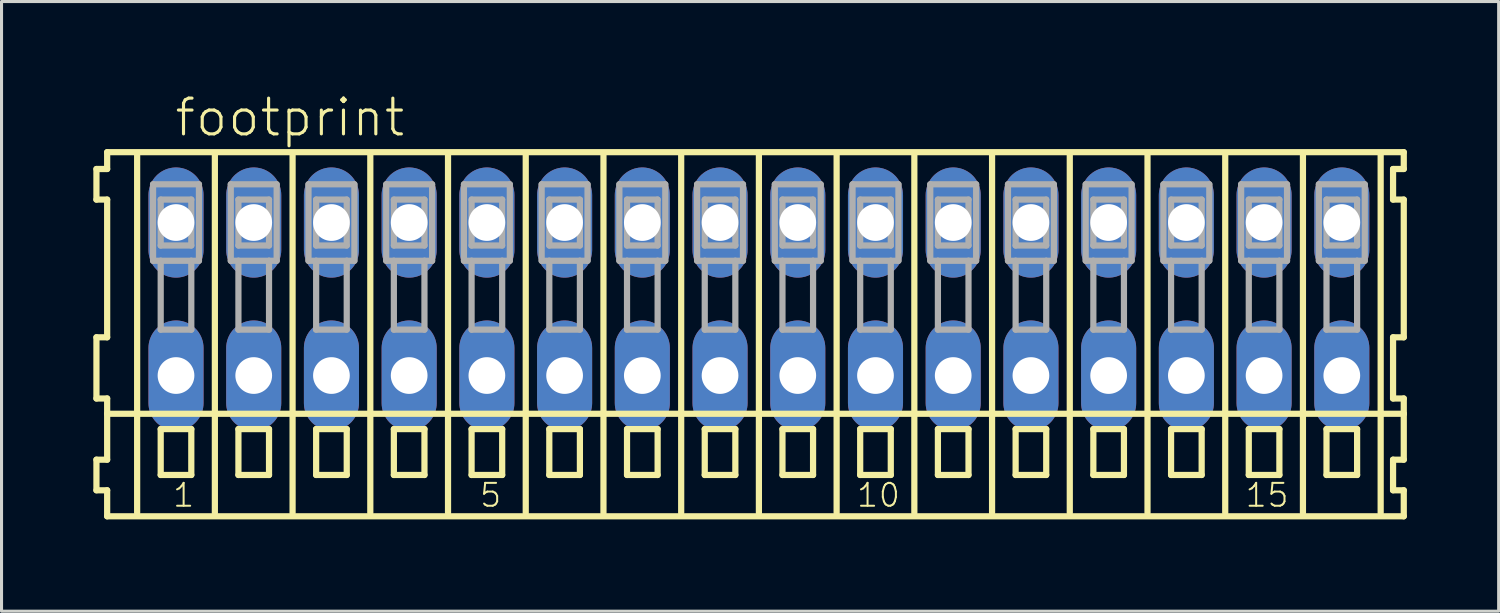
<source format=kicad_pcb>
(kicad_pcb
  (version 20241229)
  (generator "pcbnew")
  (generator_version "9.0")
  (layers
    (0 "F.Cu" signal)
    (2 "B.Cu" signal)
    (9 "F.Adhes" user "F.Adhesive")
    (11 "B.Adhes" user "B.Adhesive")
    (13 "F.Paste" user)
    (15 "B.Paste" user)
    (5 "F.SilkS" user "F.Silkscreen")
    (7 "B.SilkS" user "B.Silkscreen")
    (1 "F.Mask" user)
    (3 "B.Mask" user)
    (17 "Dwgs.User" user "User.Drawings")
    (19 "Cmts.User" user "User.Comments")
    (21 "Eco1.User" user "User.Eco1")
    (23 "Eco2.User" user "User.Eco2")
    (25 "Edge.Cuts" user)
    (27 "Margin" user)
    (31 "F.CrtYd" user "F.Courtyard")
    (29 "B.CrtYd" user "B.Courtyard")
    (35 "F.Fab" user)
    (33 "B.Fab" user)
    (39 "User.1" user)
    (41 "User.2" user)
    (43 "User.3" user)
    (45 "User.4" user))
  (footprint "footprint"
    (layer "F.Cu")
    (at 21.752 6.723)
    (property "Reference" "footprint" (at -19.15 -5.25 0) (layer "F.SilkS") (effects (font (size 1.168 1.168) (thickness 0.102)) (justify left bottom)))
    (fp_line (start -21.65 -4.25) (end -21.65 -3.25) (stroke (width 0.203) (type solid)) (layer "F.SilkS"))
    (fp_line (start -21.65 -3.25) (end -21.3 -3.25) (stroke (width 0.203) (type solid)) (layer "F.SilkS"))
    (fp_line (start -21.65 1.25) (end -21.65 3.25) (stroke (width 0.203) (type solid)) (layer "F.SilkS"))
    (fp_line (start -21.65 3.25) (end -21.3 3.25) (stroke (width 0.203) (type solid)) (layer "F.SilkS"))
    (fp_line (start -21.65 5.25) (end -21.65 6.25) (stroke (width 0.203) (type solid)) (layer "F.SilkS"))
    (fp_line (start -21.65 6.25) (end -21.3 6.25) (stroke (width 0.203) (type solid)) (layer "F.SilkS"))
    (fp_line (start -21.3 -4.8) (end -21.3 -4.25) (stroke (width 0.203) (type solid)) (layer "F.SilkS"))
    (fp_line (start -21.3 -4.25) (end -21.65 -4.25) (stroke (width 0.203) (type solid)) (layer "F.SilkS"))
    (fp_line (start -21.3 -3.25) (end -21.3 1.25) (stroke (width 0.203) (type solid)) (layer "F.SilkS"))
    (fp_line (start -21.3 1.25) (end -21.65 1.25) (stroke (width 0.203) (type solid)) (layer "F.SilkS"))
    (fp_line (start -21.3 3.25) (end -21.3 5.25) (stroke (width 0.203) (type solid)) (layer "F.SilkS"))
    (fp_line (start -21.3 3.75) (end 21.075 3.75) (stroke (width 0.203) (type solid)) (layer "F.SilkS"))
    (fp_line (start -21.3 5.25) (end -21.65 5.25) (stroke (width 0.203) (type solid)) (layer "F.SilkS"))
    (fp_line (start -21.3 6.25) (end -21.3 7.1) (stroke (width 0.203) (type solid)) (layer "F.SilkS"))
    (fp_line (start -21.3 7.1) (end 21.075 7.1) (stroke (width 0.203) (type solid)) (layer "F.SilkS"))
    (fp_line (start -20.32 6.985) (end -20.32 -4.699) (stroke (width 0.203) (type solid)) (layer "F.SilkS"))
    (fp_line (start -19.55 4.25) (end -19.55 5.75) (stroke (width 0.203) (type solid)) (layer "F.SilkS"))
    (fp_line (start -19.55 5.75) (end -18.55 5.75) (stroke (width 0.203) (type solid)) (layer "F.SilkS"))
    (fp_line (start -18.55 4.25) (end -19.55 4.25) (stroke (width 0.203) (type solid)) (layer "F.SilkS"))
    (fp_line (start -18.55 5.75) (end -18.55 4.25) (stroke (width 0.203) (type solid)) (layer "F.SilkS"))
    (fp_line (start -17.78 6.985) (end -17.78 -4.699) (stroke (width 0.203) (type solid)) (layer "F.SilkS"))
    (fp_line (start -17.01 4.25) (end -17.01 5.75) (stroke (width 0.203) (type solid)) (layer "F.SilkS"))
    (fp_line (start -17.01 5.75) (end -16.01 5.75) (stroke (width 0.203) (type solid)) (layer "F.SilkS"))
    (fp_line (start -16.01 4.25) (end -17.01 4.25) (stroke (width 0.203) (type solid)) (layer "F.SilkS"))
    (fp_line (start -16.01 5.75) (end -16.01 4.25) (stroke (width 0.203) (type solid)) (layer "F.SilkS"))
    (fp_line (start -15.24 6.985) (end -15.24 -4.699) (stroke (width 0.203) (type solid)) (layer "F.SilkS"))
    (fp_line (start -14.47 4.25) (end -14.47 5.75) (stroke (width 0.203) (type solid)) (layer "F.SilkS"))
    (fp_line (start -14.47 5.75) (end -13.47 5.75) (stroke (width 0.203) (type solid)) (layer "F.SilkS"))
    (fp_line (start -13.47 4.25) (end -14.47 4.25) (stroke (width 0.203) (type solid)) (layer "F.SilkS"))
    (fp_line (start -13.47 5.75) (end -13.47 4.25) (stroke (width 0.203) (type solid)) (layer "F.SilkS"))
    (fp_line (start -12.7 6.985) (end -12.7 -4.699) (stroke (width 0.203) (type solid)) (layer "F.SilkS"))
    (fp_line (start -11.93 4.25) (end -11.93 5.75) (stroke (width 0.203) (type solid)) (layer "F.SilkS"))
    (fp_line (start -11.93 5.75) (end -10.93 5.75) (stroke (width 0.203) (type solid)) (layer "F.SilkS"))
    (fp_line (start -10.93 4.25) (end -11.93 4.25) (stroke (width 0.203) (type solid)) (layer "F.SilkS"))
    (fp_line (start -10.93 5.75) (end -10.93 4.25) (stroke (width 0.203) (type solid)) (layer "F.SilkS"))
    (fp_line (start -10.16 6.985) (end -10.16 -4.699) (stroke (width 0.203) (type solid)) (layer "F.SilkS"))
    (fp_line (start -9.39 4.25) (end -9.39 5.75) (stroke (width 0.203) (type solid)) (layer "F.SilkS"))
    (fp_line (start -9.39 5.75) (end -8.39 5.75) (stroke (width 0.203) (type solid)) (layer "F.SilkS"))
    (fp_line (start -8.39 4.25) (end -9.39 4.25) (stroke (width 0.203) (type solid)) (layer "F.SilkS"))
    (fp_line (start -8.39 5.75) (end -8.39 4.25) (stroke (width 0.203) (type solid)) (layer "F.SilkS"))
    (fp_line (start -7.62 6.985) (end -7.62 -4.699) (stroke (width 0.203) (type solid)) (layer "F.SilkS"))
    (fp_line (start -6.85 4.25) (end -6.85 5.75) (stroke (width 0.203) (type solid)) (layer "F.SilkS"))
    (fp_line (start -6.85 5.75) (end -5.85 5.75) (stroke (width 0.203) (type solid)) (layer "F.SilkS"))
    (fp_line (start -5.85 4.25) (end -6.85 4.25) (stroke (width 0.203) (type solid)) (layer "F.SilkS"))
    (fp_line (start -5.85 5.75) (end -5.85 4.25) (stroke (width 0.203) (type solid)) (layer "F.SilkS"))
    (fp_line (start -5.08 6.985) (end -5.08 -4.699) (stroke (width 0.203) (type solid)) (layer "F.SilkS"))
    (fp_line (start -4.31 4.25) (end -4.31 5.75) (stroke (width 0.203) (type solid)) (layer "F.SilkS"))
    (fp_line (start -4.31 5.75) (end -3.31 5.75) (stroke (width 0.203) (type solid)) (layer "F.SilkS"))
    (fp_line (start -3.31 4.25) (end -4.31 4.25) (stroke (width 0.203) (type solid)) (layer "F.SilkS"))
    (fp_line (start -3.31 5.75) (end -3.31 4.25) (stroke (width 0.203) (type solid)) (layer "F.SilkS"))
    (fp_line (start -2.54 6.985) (end -2.54 -4.699) (stroke (width 0.203) (type solid)) (layer "F.SilkS"))
    (fp_line (start -1.77 4.25) (end -1.77 5.75) (stroke (width 0.203) (type solid)) (layer "F.SilkS"))
    (fp_line (start -1.77 5.75) (end -0.77 5.75) (stroke (width 0.203) (type solid)) (layer "F.SilkS"))
    (fp_line (start -0.77 4.25) (end -1.77 4.25) (stroke (width 0.203) (type solid)) (layer "F.SilkS"))
    (fp_line (start -0.77 5.75) (end -0.77 4.25) (stroke (width 0.203) (type solid)) (layer "F.SilkS"))
    (fp_line (start 0 6.985) (end 0 -4.699) (stroke (width 0.203) (type solid)) (layer "F.SilkS"))
    (fp_line (start 0.77 4.25) (end 0.77 5.75) (stroke (width 0.203) (type solid)) (layer "F.SilkS"))
    (fp_line (start 0.77 5.75) (end 1.77 5.75) (stroke (width 0.203) (type solid)) (layer "F.SilkS"))
    (fp_line (start 1.77 4.25) (end 0.77 4.25) (stroke (width 0.203) (type solid)) (layer "F.SilkS"))
    (fp_line (start 1.77 5.75) (end 1.77 4.25) (stroke (width 0.203) (type solid)) (layer "F.SilkS"))
    (fp_line (start 2.54 6.985) (end 2.54 -4.699) (stroke (width 0.203) (type solid)) (layer "F.SilkS"))
    (fp_line (start 3.31 4.25) (end 3.31 5.75) (stroke (width 0.203) (type solid)) (layer "F.SilkS"))
    (fp_line (start 3.31 5.75) (end 4.31 5.75) (stroke (width 0.203) (type solid)) (layer "F.SilkS"))
    (fp_line (start 4.31 4.25) (end 3.31 4.25) (stroke (width 0.203) (type solid)) (layer "F.SilkS"))
    (fp_line (start 4.31 5.75) (end 4.31 4.25) (stroke (width 0.203) (type solid)) (layer "F.SilkS"))
    (fp_line (start 5.08 6.985) (end 5.08 -4.699) (stroke (width 0.203) (type solid)) (layer "F.SilkS"))
    (fp_line (start 5.85 4.25) (end 5.85 5.75) (stroke (width 0.203) (type solid)) (layer "F.SilkS"))
    (fp_line (start 5.85 5.75) (end 6.85 5.75) (stroke (width 0.203) (type solid)) (layer "F.SilkS"))
    (fp_line (start 6.85 4.25) (end 5.85 4.25) (stroke (width 0.203) (type solid)) (layer "F.SilkS"))
    (fp_line (start 6.85 5.75) (end 6.85 4.25) (stroke (width 0.203) (type solid)) (layer "F.SilkS"))
    (fp_line (start 7.62 6.985) (end 7.62 -4.699) (stroke (width 0.203) (type solid)) (layer "F.SilkS"))
    (fp_line (start 8.39 4.25) (end 8.39 5.75) (stroke (width 0.203) (type solid)) (layer "F.SilkS"))
    (fp_line (start 8.39 5.75) (end 9.39 5.75) (stroke (width 0.203) (type solid)) (layer "F.SilkS"))
    (fp_line (start 9.39 4.25) (end 8.39 4.25) (stroke (width 0.203) (type solid)) (layer "F.SilkS"))
    (fp_line (start 9.39 5.75) (end 9.39 4.25) (stroke (width 0.203) (type solid)) (layer "F.SilkS"))
    (fp_line (start 10.16 6.985) (end 10.16 -4.699) (stroke (width 0.203) (type solid)) (layer "F.SilkS"))
    (fp_line (start 10.93 4.25) (end 10.93 5.75) (stroke (width 0.203) (type solid)) (layer "F.SilkS"))
    (fp_line (start 10.93 5.75) (end 11.93 5.75) (stroke (width 0.203) (type solid)) (layer "F.SilkS"))
    (fp_line (start 11.93 4.25) (end 10.93 4.25) (stroke (width 0.203) (type solid)) (layer "F.SilkS"))
    (fp_line (start 11.93 5.75) (end 11.93 4.25) (stroke (width 0.203) (type solid)) (layer "F.SilkS"))
    (fp_line (start 12.7 6.985) (end 12.7 -4.699) (stroke (width 0.203) (type solid)) (layer "F.SilkS"))
    (fp_line (start 13.47 4.25) (end 13.47 5.75) (stroke (width 0.203) (type solid)) (layer "F.SilkS"))
    (fp_line (start 13.47 5.75) (end 14.47 5.75) (stroke (width 0.203) (type solid)) (layer "F.SilkS"))
    (fp_line (start 14.47 4.25) (end 13.47 4.25) (stroke (width 0.203) (type solid)) (layer "F.SilkS"))
    (fp_line (start 14.47 5.75) (end 14.47 4.25) (stroke (width 0.203) (type solid)) (layer "F.SilkS"))
    (fp_line (start 15.24 6.985) (end 15.24 -4.699) (stroke (width 0.203) (type solid)) (layer "F.SilkS"))
    (fp_line (start 16.01 4.25) (end 16.01 5.75) (stroke (width 0.203) (type solid)) (layer "F.SilkS"))
    (fp_line (start 16.01 5.75) (end 17.01 5.75) (stroke (width 0.203) (type solid)) (layer "F.SilkS"))
    (fp_line (start 17.01 4.25) (end 16.01 4.25) (stroke (width 0.203) (type solid)) (layer "F.SilkS"))
    (fp_line (start 17.01 5.75) (end 17.01 4.25) (stroke (width 0.203) (type solid)) (layer "F.SilkS"))
    (fp_line (start 17.78 6.985) (end 17.78 -4.699) (stroke (width 0.203) (type solid)) (layer "F.SilkS"))
    (fp_line (start 18.55 4.25) (end 18.55 5.75) (stroke (width 0.203) (type solid)) (layer "F.SilkS"))
    (fp_line (start 18.55 5.75) (end 19.55 5.75) (stroke (width 0.203) (type solid)) (layer "F.SilkS"))
    (fp_line (start 19.55 4.25) (end 18.55 4.25) (stroke (width 0.203) (type solid)) (layer "F.SilkS"))
    (fp_line (start 19.55 5.75) (end 19.55 4.25) (stroke (width 0.203) (type solid)) (layer "F.SilkS"))
    (fp_line (start 20.32 6.985) (end 20.32 -4.699) (stroke (width 0.203) (type solid)) (layer "F.SilkS"))
    (fp_line (start 20.725 -4.25) (end 20.725 -3.25) (stroke (width 0.203) (type solid)) (layer "F.SilkS"))
    (fp_line (start 20.725 -3.25) (end 21.075 -3.25) (stroke (width 0.203) (type solid)) (layer "F.SilkS"))
    (fp_line (start 20.725 1.25) (end 20.725 3.25) (stroke (width 0.203) (type solid)) (layer "F.SilkS"))
    (fp_line (start 20.725 3.25) (end 21.075 3.25) (stroke (width 0.203) (type solid)) (layer "F.SilkS"))
    (fp_line (start 20.725 5.25) (end 20.725 6.25) (stroke (width 0.203) (type solid)) (layer "F.SilkS"))
    (fp_line (start 20.725 6.25) (end 21.075 6.25) (stroke (width 0.203) (type solid)) (layer "F.SilkS"))
    (fp_line (start 21.075 -4.8) (end -21.3 -4.8) (stroke (width 0.203) (type solid)) (layer "F.SilkS"))
    (fp_line (start 21.075 -4.25) (end 20.725 -4.25) (stroke (width 0.203) (type solid)) (layer "F.SilkS"))
    (fp_line (start 21.075 -4.25) (end 21.075 -4.8) (stroke (width 0.203) (type solid)) (layer "F.SilkS"))
    (fp_line (start 21.075 1.25) (end 20.725 1.25) (stroke (width 0.203) (type solid)) (layer "F.SilkS"))
    (fp_line (start 21.075 1.25) (end 21.075 -3.25) (stroke (width 0.203) (type solid)) (layer "F.SilkS"))
    (fp_line (start 21.075 3.75) (end 21.075 3.25) (stroke (width 0.203) (type solid)) (layer "F.SilkS"))
    (fp_line (start 21.075 5.25) (end 20.725 5.25) (stroke (width 0.203) (type solid)) (layer "F.SilkS"))
    (fp_line (start 21.075 5.25) (end 21.075 3.75) (stroke (width 0.203) (type solid)) (layer "F.SilkS"))
    (fp_line (start 21.075 7.1) (end 21.075 6.25) (stroke (width 0.203) (type solid)) (layer "F.SilkS"))
    (fp_line (start -19.8 -3.75) (end -19.8 -1.25) (stroke (width 0.203) (type solid)) (layer "F.Fab"))
    (fp_line (start -19.8 -1.25) (end -19.55 -1.25) (stroke (width 0.203) (type solid)) (layer "F.Fab"))
    (fp_line (start -19.55 -3.25) (end -19.55 -1.75) (stroke (width 0.203) (type solid)) (layer "F.Fab"))
    (fp_line (start -19.55 -1.75) (end -18.55 -1.75) (stroke (width 0.203) (type solid)) (layer "F.Fab"))
    (fp_line (start -19.55 -1.25) (end -19.55 1) (stroke (width 0.203) (type solid)) (layer "F.Fab"))
    (fp_line (start -19.55 -1.25) (end -18.55 -1.25) (stroke (width 0.203) (type solid)) (layer "F.Fab"))
    (fp_line (start -19.55 1) (end -18.55 1) (stroke (width 0.203) (type solid)) (layer "F.Fab"))
    (fp_line (start -18.55 -3.25) (end -19.55 -3.25) (stroke (width 0.203) (type solid)) (layer "F.Fab"))
    (fp_line (start -18.55 -1.75) (end -18.55 -3.25) (stroke (width 0.203) (type solid)) (layer "F.Fab"))
    (fp_line (start -18.55 -1.25) (end -18.3 -1.25) (stroke (width 0.203) (type solid)) (layer "F.Fab"))
    (fp_line (start -18.55 1) (end -18.55 -1.25) (stroke (width 0.203) (type solid)) (layer "F.Fab"))
    (fp_line (start -18.3 -3.75) (end -19.8 -3.75) (stroke (width 0.203) (type solid)) (layer "F.Fab"))
    (fp_line (start -18.3 -1.25) (end -18.3 -3.75) (stroke (width 0.203) (type solid)) (layer "F.Fab"))
    (fp_line (start -17.26 -3.75) (end -17.26 -1.25) (stroke (width 0.203) (type solid)) (layer "F.Fab"))
    (fp_line (start -17.26 -1.25) (end -17.01 -1.25) (stroke (width 0.203) (type solid)) (layer "F.Fab"))
    (fp_line (start -17.01 -3.25) (end -17.01 -1.75) (stroke (width 0.203) (type solid)) (layer "F.Fab"))
    (fp_line (start -17.01 -1.75) (end -16.01 -1.75) (stroke (width 0.203) (type solid)) (layer "F.Fab"))
    (fp_line (start -17.01 -1.25) (end -17.01 1) (stroke (width 0.203) (type solid)) (layer "F.Fab"))
    (fp_line (start -17.01 -1.25) (end -16.01 -1.25) (stroke (width 0.203) (type solid)) (layer "F.Fab"))
    (fp_line (start -17.01 1) (end -16.01 1) (stroke (width 0.203) (type solid)) (layer "F.Fab"))
    (fp_line (start -16.01 -3.25) (end -17.01 -3.25) (stroke (width 0.203) (type solid)) (layer "F.Fab"))
    (fp_line (start -16.01 -1.75) (end -16.01 -3.25) (stroke (width 0.203) (type solid)) (layer "F.Fab"))
    (fp_line (start -16.01 -1.25) (end -15.76 -1.25) (stroke (width 0.203) (type solid)) (layer "F.Fab"))
    (fp_line (start -16.01 1) (end -16.01 -1.25) (stroke (width 0.203) (type solid)) (layer "F.Fab"))
    (fp_line (start -15.76 -3.75) (end -17.26 -3.75) (stroke (width 0.203) (type solid)) (layer "F.Fab"))
    (fp_line (start -15.76 -1.25) (end -15.76 -3.75) (stroke (width 0.203) (type solid)) (layer "F.Fab"))
    (fp_line (start -14.72 -3.75) (end -14.72 -1.25) (stroke (width 0.203) (type solid)) (layer "F.Fab"))
    (fp_line (start -14.72 -1.25) (end -14.47 -1.25) (stroke (width 0.203) (type solid)) (layer "F.Fab"))
    (fp_line (start -14.47 -3.25) (end -14.47 -1.75) (stroke (width 0.203) (type solid)) (layer "F.Fab"))
    (fp_line (start -14.47 -1.75) (end -13.47 -1.75) (stroke (width 0.203) (type solid)) (layer "F.Fab"))
    (fp_line (start -14.47 -1.25) (end -14.47 1) (stroke (width 0.203) (type solid)) (layer "F.Fab"))
    (fp_line (start -14.47 -1.25) (end -13.47 -1.25) (stroke (width 0.203) (type solid)) (layer "F.Fab"))
    (fp_line (start -14.47 1) (end -13.47 1) (stroke (width 0.203) (type solid)) (layer "F.Fab"))
    (fp_line (start -13.47 -3.25) (end -14.47 -3.25) (stroke (width 0.203) (type solid)) (layer "F.Fab"))
    (fp_line (start -13.47 -1.75) (end -13.47 -3.25) (stroke (width 0.203) (type solid)) (layer "F.Fab"))
    (fp_line (start -13.47 -1.25) (end -13.22 -1.25) (stroke (width 0.203) (type solid)) (layer "F.Fab"))
    (fp_line (start -13.47 1) (end -13.47 -1.25) (stroke (width 0.203) (type solid)) (layer "F.Fab"))
    (fp_line (start -13.22 -3.75) (end -14.72 -3.75) (stroke (width 0.203) (type solid)) (layer "F.Fab"))
    (fp_line (start -13.22 -1.25) (end -13.22 -3.75) (stroke (width 0.203) (type solid)) (layer "F.Fab"))
    (fp_line (start -12.18 -3.75) (end -12.18 -1.25) (stroke (width 0.203) (type solid)) (layer "F.Fab"))
    (fp_line (start -12.18 -1.25) (end -11.93 -1.25) (stroke (width 0.203) (type solid)) (layer "F.Fab"))
    (fp_line (start -11.93 -3.25) (end -11.93 -1.75) (stroke (width 0.203) (type solid)) (layer "F.Fab"))
    (fp_line (start -11.93 -1.75) (end -10.93 -1.75) (stroke (width 0.203) (type solid)) (layer "F.Fab"))
    (fp_line (start -11.93 -1.25) (end -11.93 1) (stroke (width 0.203) (type solid)) (layer "F.Fab"))
    (fp_line (start -11.93 -1.25) (end -10.93 -1.25) (stroke (width 0.203) (type solid)) (layer "F.Fab"))
    (fp_line (start -11.93 1) (end -10.93 1) (stroke (width 0.203) (type solid)) (layer "F.Fab"))
    (fp_line (start -10.93 -3.25) (end -11.93 -3.25) (stroke (width 0.203) (type solid)) (layer "F.Fab"))
    (fp_line (start -10.93 -1.75) (end -10.93 -3.25) (stroke (width 0.203) (type solid)) (layer "F.Fab"))
    (fp_line (start -10.93 -1.25) (end -10.68 -1.25) (stroke (width 0.203) (type solid)) (layer "F.Fab"))
    (fp_line (start -10.93 1) (end -10.93 -1.25) (stroke (width 0.203) (type solid)) (layer "F.Fab"))
    (fp_line (start -10.68 -3.75) (end -12.18 -3.75) (stroke (width 0.203) (type solid)) (layer "F.Fab"))
    (fp_line (start -10.68 -1.25) (end -10.68 -3.75) (stroke (width 0.203) (type solid)) (layer "F.Fab"))
    (fp_line (start -9.64 -3.75) (end -9.64 -1.25) (stroke (width 0.203) (type solid)) (layer "F.Fab"))
    (fp_line (start -9.64 -1.25) (end -9.39 -1.25) (stroke (width 0.203) (type solid)) (layer "F.Fab"))
    (fp_line (start -9.39 -3.25) (end -9.39 -1.75) (stroke (width 0.203) (type solid)) (layer "F.Fab"))
    (fp_line (start -9.39 -1.75) (end -8.39 -1.75) (stroke (width 0.203) (type solid)) (layer "F.Fab"))
    (fp_line (start -9.39 -1.25) (end -9.39 1) (stroke (width 0.203) (type solid)) (layer "F.Fab"))
    (fp_line (start -9.39 -1.25) (end -8.39 -1.25) (stroke (width 0.203) (type solid)) (layer "F.Fab"))
    (fp_line (start -9.39 1) (end -8.39 1) (stroke (width 0.203) (type solid)) (layer "F.Fab"))
    (fp_line (start -8.39 -3.25) (end -9.39 -3.25) (stroke (width 0.203) (type solid)) (layer "F.Fab"))
    (fp_line (start -8.39 -1.75) (end -8.39 -3.25) (stroke (width 0.203) (type solid)) (layer "F.Fab"))
    (fp_line (start -8.39 -1.25) (end -8.14 -1.25) (stroke (width 0.203) (type solid)) (layer "F.Fab"))
    (fp_line (start -8.39 1) (end -8.39 -1.25) (stroke (width 0.203) (type solid)) (layer "F.Fab"))
    (fp_line (start -8.14 -3.75) (end -9.64 -3.75) (stroke (width 0.203) (type solid)) (layer "F.Fab"))
    (fp_line (start -8.14 -1.25) (end -8.14 -3.75) (stroke (width 0.203) (type solid)) (layer "F.Fab"))
    (fp_line (start -7.1 -3.75) (end -7.1 -1.25) (stroke (width 0.203) (type solid)) (layer "F.Fab"))
    (fp_line (start -7.1 -1.25) (end -6.85 -1.25) (stroke (width 0.203) (type solid)) (layer "F.Fab"))
    (fp_line (start -6.85 -3.25) (end -6.85 -1.75) (stroke (width 0.203) (type solid)) (layer "F.Fab"))
    (fp_line (start -6.85 -1.75) (end -5.85 -1.75) (stroke (width 0.203) (type solid)) (layer "F.Fab"))
    (fp_line (start -6.85 -1.25) (end -6.85 1) (stroke (width 0.203) (type solid)) (layer "F.Fab"))
    (fp_line (start -6.85 -1.25) (end -5.85 -1.25) (stroke (width 0.203) (type solid)) (layer "F.Fab"))
    (fp_line (start -6.85 1) (end -5.85 1) (stroke (width 0.203) (type solid)) (layer "F.Fab"))
    (fp_line (start -5.85 -3.25) (end -6.85 -3.25) (stroke (width 0.203) (type solid)) (layer "F.Fab"))
    (fp_line (start -5.85 -1.75) (end -5.85 -3.25) (stroke (width 0.203) (type solid)) (layer "F.Fab"))
    (fp_line (start -5.85 -1.25) (end -5.6 -1.25) (stroke (width 0.203) (type solid)) (layer "F.Fab"))
    (fp_line (start -5.85 1) (end -5.85 -1.25) (stroke (width 0.203) (type solid)) (layer "F.Fab"))
    (fp_line (start -5.6 -3.75) (end -7.1 -3.75) (stroke (width 0.203) (type solid)) (layer "F.Fab"))
    (fp_line (start -5.6 -1.25) (end -5.6 -3.75) (stroke (width 0.203) (type solid)) (layer "F.Fab"))
    (fp_line (start -4.56 -3.75) (end -4.56 -1.25) (stroke (width 0.203) (type solid)) (layer "F.Fab"))
    (fp_line (start -4.56 -1.25) (end -4.31 -1.25) (stroke (width 0.203) (type solid)) (layer "F.Fab"))
    (fp_line (start -4.31 -3.25) (end -4.31 -1.75) (stroke (width 0.203) (type solid)) (layer "F.Fab"))
    (fp_line (start -4.31 -1.75) (end -3.31 -1.75) (stroke (width 0.203) (type solid)) (layer "F.Fab"))
    (fp_line (start -4.31 -1.25) (end -4.31 1) (stroke (width 0.203) (type solid)) (layer "F.Fab"))
    (fp_line (start -4.31 -1.25) (end -3.31 -1.25) (stroke (width 0.203) (type solid)) (layer "F.Fab"))
    (fp_line (start -4.31 1) (end -3.31 1) (stroke (width 0.203) (type solid)) (layer "F.Fab"))
    (fp_line (start -3.31 -3.25) (end -4.31 -3.25) (stroke (width 0.203) (type solid)) (layer "F.Fab"))
    (fp_line (start -3.31 -1.75) (end -3.31 -3.25) (stroke (width 0.203) (type solid)) (layer "F.Fab"))
    (fp_line (start -3.31 -1.25) (end -3.06 -1.25) (stroke (width 0.203) (type solid)) (layer "F.Fab"))
    (fp_line (start -3.31 1) (end -3.31 -1.25) (stroke (width 0.203) (type solid)) (layer "F.Fab"))
    (fp_line (start -3.06 -3.75) (end -4.56 -3.75) (stroke (width 0.203) (type solid)) (layer "F.Fab"))
    (fp_line (start -3.06 -1.25) (end -3.06 -3.75) (stroke (width 0.203) (type solid)) (layer "F.Fab"))
    (fp_line (start -2.02 -3.75) (end -2.02 -1.25) (stroke (width 0.203) (type solid)) (layer "F.Fab"))
    (fp_line (start -2.02 -1.25) (end -1.77 -1.25) (stroke (width 0.203) (type solid)) (layer "F.Fab"))
    (fp_line (start -1.77 -3.25) (end -1.77 -1.75) (stroke (width 0.203) (type solid)) (layer "F.Fab"))
    (fp_line (start -1.77 -1.75) (end -0.77 -1.75) (stroke (width 0.203) (type solid)) (layer "F.Fab"))
    (fp_line (start -1.77 -1.25) (end -1.77 1) (stroke (width 0.203) (type solid)) (layer "F.Fab"))
    (fp_line (start -1.77 -1.25) (end -0.77 -1.25) (stroke (width 0.203) (type solid)) (layer "F.Fab"))
    (fp_line (start -1.77 1) (end -0.77 1) (stroke (width 0.203) (type solid)) (layer "F.Fab"))
    (fp_line (start -0.77 -3.25) (end -1.77 -3.25) (stroke (width 0.203) (type solid)) (layer "F.Fab"))
    (fp_line (start -0.77 -1.75) (end -0.77 -3.25) (stroke (width 0.203) (type solid)) (layer "F.Fab"))
    (fp_line (start -0.77 -1.25) (end -0.52 -1.25) (stroke (width 0.203) (type solid)) (layer "F.Fab"))
    (fp_line (start -0.77 1) (end -0.77 -1.25) (stroke (width 0.203) (type solid)) (layer "F.Fab"))
    (fp_line (start -0.52 -3.75) (end -2.02 -3.75) (stroke (width 0.203) (type solid)) (layer "F.Fab"))
    (fp_line (start -0.52 -1.25) (end -0.52 -3.75) (stroke (width 0.203) (type solid)) (layer "F.Fab"))
    (fp_line (start 0.52 -3.75) (end 0.52 -1.25) (stroke (width 0.203) (type solid)) (layer "F.Fab"))
    (fp_line (start 0.52 -1.25) (end 0.77 -1.25) (stroke (width 0.203) (type solid)) (layer "F.Fab"))
    (fp_line (start 0.77 -3.25) (end 0.77 -1.75) (stroke (width 0.203) (type solid)) (layer "F.Fab"))
    (fp_line (start 0.77 -1.75) (end 1.77 -1.75) (stroke (width 0.203) (type solid)) (layer "F.Fab"))
    (fp_line (start 0.77 -1.25) (end 0.77 1) (stroke (width 0.203) (type solid)) (layer "F.Fab"))
    (fp_line (start 0.77 -1.25) (end 1.77 -1.25) (stroke (width 0.203) (type solid)) (layer "F.Fab"))
    (fp_line (start 0.77 1) (end 1.77 1) (stroke (width 0.203) (type solid)) (layer "F.Fab"))
    (fp_line (start 1.77 -3.25) (end 0.77 -3.25) (stroke (width 0.203) (type solid)) (layer "F.Fab"))
    (fp_line (start 1.77 -1.75) (end 1.77 -3.25) (stroke (width 0.203) (type solid)) (layer "F.Fab"))
    (fp_line (start 1.77 -1.25) (end 2.02 -1.25) (stroke (width 0.203) (type solid)) (layer "F.Fab"))
    (fp_line (start 1.77 1) (end 1.77 -1.25) (stroke (width 0.203) (type solid)) (layer "F.Fab"))
    (fp_line (start 2.02 -3.75) (end 0.52 -3.75) (stroke (width 0.203) (type solid)) (layer "F.Fab"))
    (fp_line (start 2.02 -1.25) (end 2.02 -3.75) (stroke (width 0.203) (type solid)) (layer "F.Fab"))
    (fp_line (start 3.06 -3.75) (end 3.06 -1.25) (stroke (width 0.203) (type solid)) (layer "F.Fab"))
    (fp_line (start 3.06 -1.25) (end 3.31 -1.25) (stroke (width 0.203) (type solid)) (layer "F.Fab"))
    (fp_line (start 3.31 -3.25) (end 3.31 -1.75) (stroke (width 0.203) (type solid)) (layer "F.Fab"))
    (fp_line (start 3.31 -1.75) (end 4.31 -1.75) (stroke (width 0.203) (type solid)) (layer "F.Fab"))
    (fp_line (start 3.31 -1.25) (end 3.31 1) (stroke (width 0.203) (type solid)) (layer "F.Fab"))
    (fp_line (start 3.31 -1.25) (end 4.31 -1.25) (stroke (width 0.203) (type solid)) (layer "F.Fab"))
    (fp_line (start 3.31 1) (end 4.31 1) (stroke (width 0.203) (type solid)) (layer "F.Fab"))
    (fp_line (start 4.31 -3.25) (end 3.31 -3.25) (stroke (width 0.203) (type solid)) (layer "F.Fab"))
    (fp_line (start 4.31 -1.75) (end 4.31 -3.25) (stroke (width 0.203) (type solid)) (layer "F.Fab"))
    (fp_line (start 4.31 -1.25) (end 4.56 -1.25) (stroke (width 0.203) (type solid)) (layer "F.Fab"))
    (fp_line (start 4.31 1) (end 4.31 -1.25) (stroke (width 0.203) (type solid)) (layer "F.Fab"))
    (fp_line (start 4.56 -3.75) (end 3.06 -3.75) (stroke (width 0.203) (type solid)) (layer "F.Fab"))
    (fp_line (start 4.56 -1.25) (end 4.56 -3.75) (stroke (width 0.203) (type solid)) (layer "F.Fab"))
    (fp_line (start 5.6 -3.75) (end 5.6 -1.25) (stroke (width 0.203) (type solid)) (layer "F.Fab"))
    (fp_line (start 5.6 -1.25) (end 5.85 -1.25) (stroke (width 0.203) (type solid)) (layer "F.Fab"))
    (fp_line (start 5.85 -3.25) (end 5.85 -1.75) (stroke (width 0.203) (type solid)) (layer "F.Fab"))
    (fp_line (start 5.85 -1.75) (end 6.85 -1.75) (stroke (width 0.203) (type solid)) (layer "F.Fab"))
    (fp_line (start 5.85 -1.25) (end 5.85 1) (stroke (width 0.203) (type solid)) (layer "F.Fab"))
    (fp_line (start 5.85 -1.25) (end 6.85 -1.25) (stroke (width 0.203) (type solid)) (layer "F.Fab"))
    (fp_line (start 5.85 1) (end 6.85 1) (stroke (width 0.203) (type solid)) (layer "F.Fab"))
    (fp_line (start 6.85 -3.25) (end 5.85 -3.25) (stroke (width 0.203) (type solid)) (layer "F.Fab"))
    (fp_line (start 6.85 -1.75) (end 6.85 -3.25) (stroke (width 0.203) (type solid)) (layer "F.Fab"))
    (fp_line (start 6.85 -1.25) (end 7.1 -1.25) (stroke (width 0.203) (type solid)) (layer "F.Fab"))
    (fp_line (start 6.85 1) (end 6.85 -1.25) (stroke (width 0.203) (type solid)) (layer "F.Fab"))
    (fp_line (start 7.1 -3.75) (end 5.6 -3.75) (stroke (width 0.203) (type solid)) (layer "F.Fab"))
    (fp_line (start 7.1 -1.25) (end 7.1 -3.75) (stroke (width 0.203) (type solid)) (layer "F.Fab"))
    (fp_line (start 8.14 -3.75) (end 8.14 -1.25) (stroke (width 0.203) (type solid)) (layer "F.Fab"))
    (fp_line (start 8.14 -1.25) (end 8.39 -1.25) (stroke (width 0.203) (type solid)) (layer "F.Fab"))
    (fp_line (start 8.39 -3.25) (end 8.39 -1.75) (stroke (width 0.203) (type solid)) (layer "F.Fab"))
    (fp_line (start 8.39 -1.75) (end 9.39 -1.75) (stroke (width 0.203) (type solid)) (layer "F.Fab"))
    (fp_line (start 8.39 -1.25) (end 8.39 1) (stroke (width 0.203) (type solid)) (layer "F.Fab"))
    (fp_line (start 8.39 -1.25) (end 9.39 -1.25) (stroke (width 0.203) (type solid)) (layer "F.Fab"))
    (fp_line (start 8.39 1) (end 9.39 1) (stroke (width 0.203) (type solid)) (layer "F.Fab"))
    (fp_line (start 9.39 -3.25) (end 8.39 -3.25) (stroke (width 0.203) (type solid)) (layer "F.Fab"))
    (fp_line (start 9.39 -1.75) (end 9.39 -3.25) (stroke (width 0.203) (type solid)) (layer "F.Fab"))
    (fp_line (start 9.39 -1.25) (end 9.64 -1.25) (stroke (width 0.203) (type solid)) (layer "F.Fab"))
    (fp_line (start 9.39 1) (end 9.39 -1.25) (stroke (width 0.203) (type solid)) (layer "F.Fab"))
    (fp_line (start 9.64 -3.75) (end 8.14 -3.75) (stroke (width 0.203) (type solid)) (layer "F.Fab"))
    (fp_line (start 9.64 -1.25) (end 9.64 -3.75) (stroke (width 0.203) (type solid)) (layer "F.Fab"))
    (fp_line (start 10.68 -3.75) (end 10.68 -1.25) (stroke (width 0.203) (type solid)) (layer "F.Fab"))
    (fp_line (start 10.68 -1.25) (end 10.93 -1.25) (stroke (width 0.203) (type solid)) (layer "F.Fab"))
    (fp_line (start 10.93 -3.25) (end 10.93 -1.75) (stroke (width 0.203) (type solid)) (layer "F.Fab"))
    (fp_line (start 10.93 -1.75) (end 11.93 -1.75) (stroke (width 0.203) (type solid)) (layer "F.Fab"))
    (fp_line (start 10.93 -1.25) (end 10.93 1) (stroke (width 0.203) (type solid)) (layer "F.Fab"))
    (fp_line (start 10.93 -1.25) (end 11.93 -1.25) (stroke (width 0.203) (type solid)) (layer "F.Fab"))
    (fp_line (start 10.93 1) (end 11.93 1) (stroke (width 0.203) (type solid)) (layer "F.Fab"))
    (fp_line (start 11.93 -3.25) (end 10.93 -3.25) (stroke (width 0.203) (type solid)) (layer "F.Fab"))
    (fp_line (start 11.93 -1.75) (end 11.93 -3.25) (stroke (width 0.203) (type solid)) (layer "F.Fab"))
    (fp_line (start 11.93 -1.25) (end 12.18 -1.25) (stroke (width 0.203) (type solid)) (layer "F.Fab"))
    (fp_line (start 11.93 1) (end 11.93 -1.25) (stroke (width 0.203) (type solid)) (layer "F.Fab"))
    (fp_line (start 12.18 -3.75) (end 10.68 -3.75) (stroke (width 0.203) (type solid)) (layer "F.Fab"))
    (fp_line (start 12.18 -1.25) (end 12.18 -3.75) (stroke (width 0.203) (type solid)) (layer "F.Fab"))
    (fp_line (start 13.22 -3.75) (end 13.22 -1.25) (stroke (width 0.203) (type solid)) (layer "F.Fab"))
    (fp_line (start 13.22 -1.25) (end 13.47 -1.25) (stroke (width 0.203) (type solid)) (layer "F.Fab"))
    (fp_line (start 13.47 -3.25) (end 13.47 -1.75) (stroke (width 0.203) (type solid)) (layer "F.Fab"))
    (fp_line (start 13.47 -1.75) (end 14.47 -1.75) (stroke (width 0.203) (type solid)) (layer "F.Fab"))
    (fp_line (start 13.47 -1.25) (end 13.47 1) (stroke (width 0.203) (type solid)) (layer "F.Fab"))
    (fp_line (start 13.47 -1.25) (end 14.47 -1.25) (stroke (width 0.203) (type solid)) (layer "F.Fab"))
    (fp_line (start 13.47 1) (end 14.47 1) (stroke (width 0.203) (type solid)) (layer "F.Fab"))
    (fp_line (start 14.47 -3.25) (end 13.47 -3.25) (stroke (width 0.203) (type solid)) (layer "F.Fab"))
    (fp_line (start 14.47 -1.75) (end 14.47 -3.25) (stroke (width 0.203) (type solid)) (layer "F.Fab"))
    (fp_line (start 14.47 -1.25) (end 14.72 -1.25) (stroke (width 0.203) (type solid)) (layer "F.Fab"))
    (fp_line (start 14.47 1) (end 14.47 -1.25) (stroke (width 0.203) (type solid)) (layer "F.Fab"))
    (fp_line (start 14.72 -3.75) (end 13.22 -3.75) (stroke (width 0.203) (type solid)) (layer "F.Fab"))
    (fp_line (start 14.72 -1.25) (end 14.72 -3.75) (stroke (width 0.203) (type solid)) (layer "F.Fab"))
    (fp_line (start 15.76 -3.75) (end 15.76 -1.25) (stroke (width 0.203) (type solid)) (layer "F.Fab"))
    (fp_line (start 15.76 -1.25) (end 16.01 -1.25) (stroke (width 0.203) (type solid)) (layer "F.Fab"))
    (fp_line (start 16.01 -3.25) (end 16.01 -1.75) (stroke (width 0.203) (type solid)) (layer "F.Fab"))
    (fp_line (start 16.01 -1.75) (end 17.01 -1.75) (stroke (width 0.203) (type solid)) (layer "F.Fab"))
    (fp_line (start 16.01 -1.25) (end 16.01 1) (stroke (width 0.203) (type solid)) (layer "F.Fab"))
    (fp_line (start 16.01 -1.25) (end 17.01 -1.25) (stroke (width 0.203) (type solid)) (layer "F.Fab"))
    (fp_line (start 16.01 1) (end 17.01 1) (stroke (width 0.203) (type solid)) (layer "F.Fab"))
    (fp_line (start 17.01 -3.25) (end 16.01 -3.25) (stroke (width 0.203) (type solid)) (layer "F.Fab"))
    (fp_line (start 17.01 -1.75) (end 17.01 -3.25) (stroke (width 0.203) (type solid)) (layer "F.Fab"))
    (fp_line (start 17.01 -1.25) (end 17.26 -1.25) (stroke (width 0.203) (type solid)) (layer "F.Fab"))
    (fp_line (start 17.01 1) (end 17.01 -1.25) (stroke (width 0.203) (type solid)) (layer "F.Fab"))
    (fp_line (start 17.26 -3.75) (end 15.76 -3.75) (stroke (width 0.203) (type solid)) (layer "F.Fab"))
    (fp_line (start 17.26 -1.25) (end 17.26 -3.75) (stroke (width 0.203) (type solid)) (layer "F.Fab"))
    (fp_line (start 18.3 -3.75) (end 18.3 -1.25) (stroke (width 0.203) (type solid)) (layer "F.Fab"))
    (fp_line (start 18.3 -1.25) (end 18.55 -1.25) (stroke (width 0.203) (type solid)) (layer "F.Fab"))
    (fp_line (start 18.55 -3.25) (end 18.55 -1.75) (stroke (width 0.203) (type solid)) (layer "F.Fab"))
    (fp_line (start 18.55 -1.75) (end 19.55 -1.75) (stroke (width 0.203) (type solid)) (layer "F.Fab"))
    (fp_line (start 18.55 -1.25) (end 18.55 1) (stroke (width 0.203) (type solid)) (layer "F.Fab"))
    (fp_line (start 18.55 -1.25) (end 19.55 -1.25) (stroke (width 0.203) (type solid)) (layer "F.Fab"))
    (fp_line (start 18.55 1) (end 19.55 1) (stroke (width 0.203) (type solid)) (layer "F.Fab"))
    (fp_line (start 19.55 -3.25) (end 18.55 -3.25) (stroke (width 0.203) (type solid)) (layer "F.Fab"))
    (fp_line (start 19.55 -1.75) (end 19.55 -3.25) (stroke (width 0.203) (type solid)) (layer "F.Fab"))
    (fp_line (start 19.55 -1.25) (end 19.8 -1.25) (stroke (width 0.203) (type solid)) (layer "F.Fab"))
    (fp_line (start 19.55 1) (end 19.55 -1.25) (stroke (width 0.203) (type solid)) (layer "F.Fab"))
    (fp_line (start 19.8 -3.75) (end 18.3 -3.75) (stroke (width 0.203) (type solid)) (layer "F.Fab"))
    (fp_line (start 19.8 -1.25) (end 19.8 -3.75) (stroke (width 0.203) (type solid)) (layer "F.Fab"))
    (fp_text user "10" (at 3.152 6.85 0) (layer "F.SilkS") (effects (font (size 0.748 0.748) (thickness 0.065)) (justify left bottom)))
    (fp_text user "1" (at -19.2 6.85 0) (layer "F.SilkS") (effects (font (size 0.748 0.748) (thickness 0.065)) (justify left bottom)))
    (fp_text user "15" (at 15.852 6.85 0) (layer "F.SilkS") (effects (font (size 0.748 0.748) (thickness 0.065)) (justify left bottom)))
    (fp_text user "5" (at -9.167 6.85 0) (layer "F.SilkS") (effects (font (size 0.748 0.748) (thickness 0.065)) (justify left bottom)))
    (pad "A1" thru_hole oval (at -19.05 -2.5 90) (size 3.6 1.8) (drill 1.2) (layers "*.Cu" "*.Mask"))
    (pad "A2" thru_hole oval (at -16.51 -2.5 90) (size 3.6 1.8) (drill 1.2) (layers "*.Cu" "*.Mask"))
    (pad "A3" thru_hole oval (at -13.97 -2.5 90) (size 3.6 1.8) (drill 1.2) (layers "*.Cu" "*.Mask"))
    (pad "A4" thru_hole oval (at -11.43 -2.5 90) (size 3.6 1.8) (drill 1.2) (layers "*.Cu" "*.Mask"))
    (pad "A5" thru_hole oval (at -8.89 -2.5 90) (size 3.6 1.8) (drill 1.2) (layers "*.Cu" "*.Mask"))
    (pad "A6" thru_hole oval (at -6.35 -2.5 90) (size 3.6 1.8) (drill 1.2) (layers "*.Cu" "*.Mask"))
    (pad "A7" thru_hole oval (at -3.81 -2.5 90) (size 3.6 1.8) (drill 1.2) (layers "*.Cu" "*.Mask"))
    (pad "A8" thru_hole oval (at -1.27 -2.5 90) (size 3.6 1.8) (drill 1.2) (layers "*.Cu" "*.Mask"))
    (pad "A9" thru_hole oval (at 1.27 -2.5 90) (size 3.6 1.8) (drill 1.2) (layers "*.Cu" "*.Mask"))
    (pad "A10" thru_hole oval (at 3.81 -2.5 90) (size 3.6 1.8) (drill 1.2) (layers "*.Cu" "*.Mask"))
    (pad "A11" thru_hole oval (at 6.35 -2.5 90) (size 3.6 1.8) (drill 1.2) (layers "*.Cu" "*.Mask"))
    (pad "A12" thru_hole oval (at 8.89 -2.5 90) (size 3.6 1.8) (drill 1.2) (layers "*.Cu" "*.Mask"))
    (pad "A13" thru_hole oval (at 11.43 -2.5 90) (size 3.6 1.8) (drill 1.2) (layers "*.Cu" "*.Mask"))
    (pad "A14" thru_hole oval (at 13.97 -2.5 90) (size 3.6 1.8) (drill 1.2) (layers "*.Cu" "*.Mask"))
    (pad "A15" thru_hole oval (at 16.51 -2.5 90) (size 3.6 1.8) (drill 1.2) (layers "*.Cu" "*.Mask"))
    (pad "A16" thru_hole oval (at 19.05 -2.5 90) (size 3.6 1.8) (drill 1.2) (layers "*.Cu" "*.Mask"))
    (pad "B1" thru_hole oval (at -19.05 2.5 90) (size 3.6 1.8) (drill 1.2) (layers "*.Cu" "*.Mask"))
    (pad "B2" thru_hole oval (at -16.51 2.5 90) (size 3.6 1.8) (drill 1.2) (layers "*.Cu" "*.Mask"))
    (pad "B3" thru_hole oval (at -13.97 2.5 90) (size 3.6 1.8) (drill 1.2) (layers "*.Cu" "*.Mask"))
    (pad "B4" thru_hole oval (at -11.43 2.5 90) (size 3.6 1.8) (drill 1.2) (layers "*.Cu" "*.Mask"))
    (pad "B5" thru_hole oval (at -8.89 2.5 90) (size 3.6 1.8) (drill 1.2) (layers "*.Cu" "*.Mask"))
    (pad "B6" thru_hole oval (at -6.35 2.5 90) (size 3.6 1.8) (drill 1.2) (layers "*.Cu" "*.Mask"))
    (pad "B7" thru_hole oval (at -3.81 2.5 90) (size 3.6 1.8) (drill 1.2) (layers "*.Cu" "*.Mask"))
    (pad "B8" thru_hole oval (at -1.27 2.5 90) (size 3.6 1.8) (drill 1.2) (layers "*.Cu" "*.Mask"))
    (pad "B9" thru_hole oval (at 1.27 2.5 90) (size 3.6 1.8) (drill 1.2) (layers "*.Cu" "*.Mask"))
    (pad "B10" thru_hole oval (at 3.81 2.5 90) (size 3.6 1.8) (drill 1.2) (layers "*.Cu" "*.Mask"))
    (pad "B11" thru_hole oval (at 6.35 2.5 90) (size 3.6 1.8) (drill 1.2) (layers "*.Cu" "*.Mask"))
    (pad "B12" thru_hole oval (at 8.89 2.5 90) (size 3.6 1.8) (drill 1.2) (layers "*.Cu" "*.Mask"))
    (pad "B13" thru_hole oval (at 11.43 2.5 90) (size 3.6 1.8) (drill 1.2) (layers "*.Cu" "*.Mask"))
    (pad "B14" thru_hole oval (at 13.97 2.5 90) (size 3.6 1.8) (drill 1.2) (layers "*.Cu" "*.Mask"))
    (pad "B15" thru_hole oval (at 16.51 2.5 90) (size 3.6 1.8) (drill 1.2) (layers "*.Cu" "*.Mask"))
    (pad "B16" thru_hole oval (at 19.05 2.5 90) (size 3.6 1.8) (drill 1.2) (layers "*.Cu" "*.Mask")))
  (gr_rect
    (start -3 -3)
    (end 45.928 16.925)
    (stroke (width 0.1) (type default))
    (fill no)
    (layer "Edge.Cuts")))
</source>
